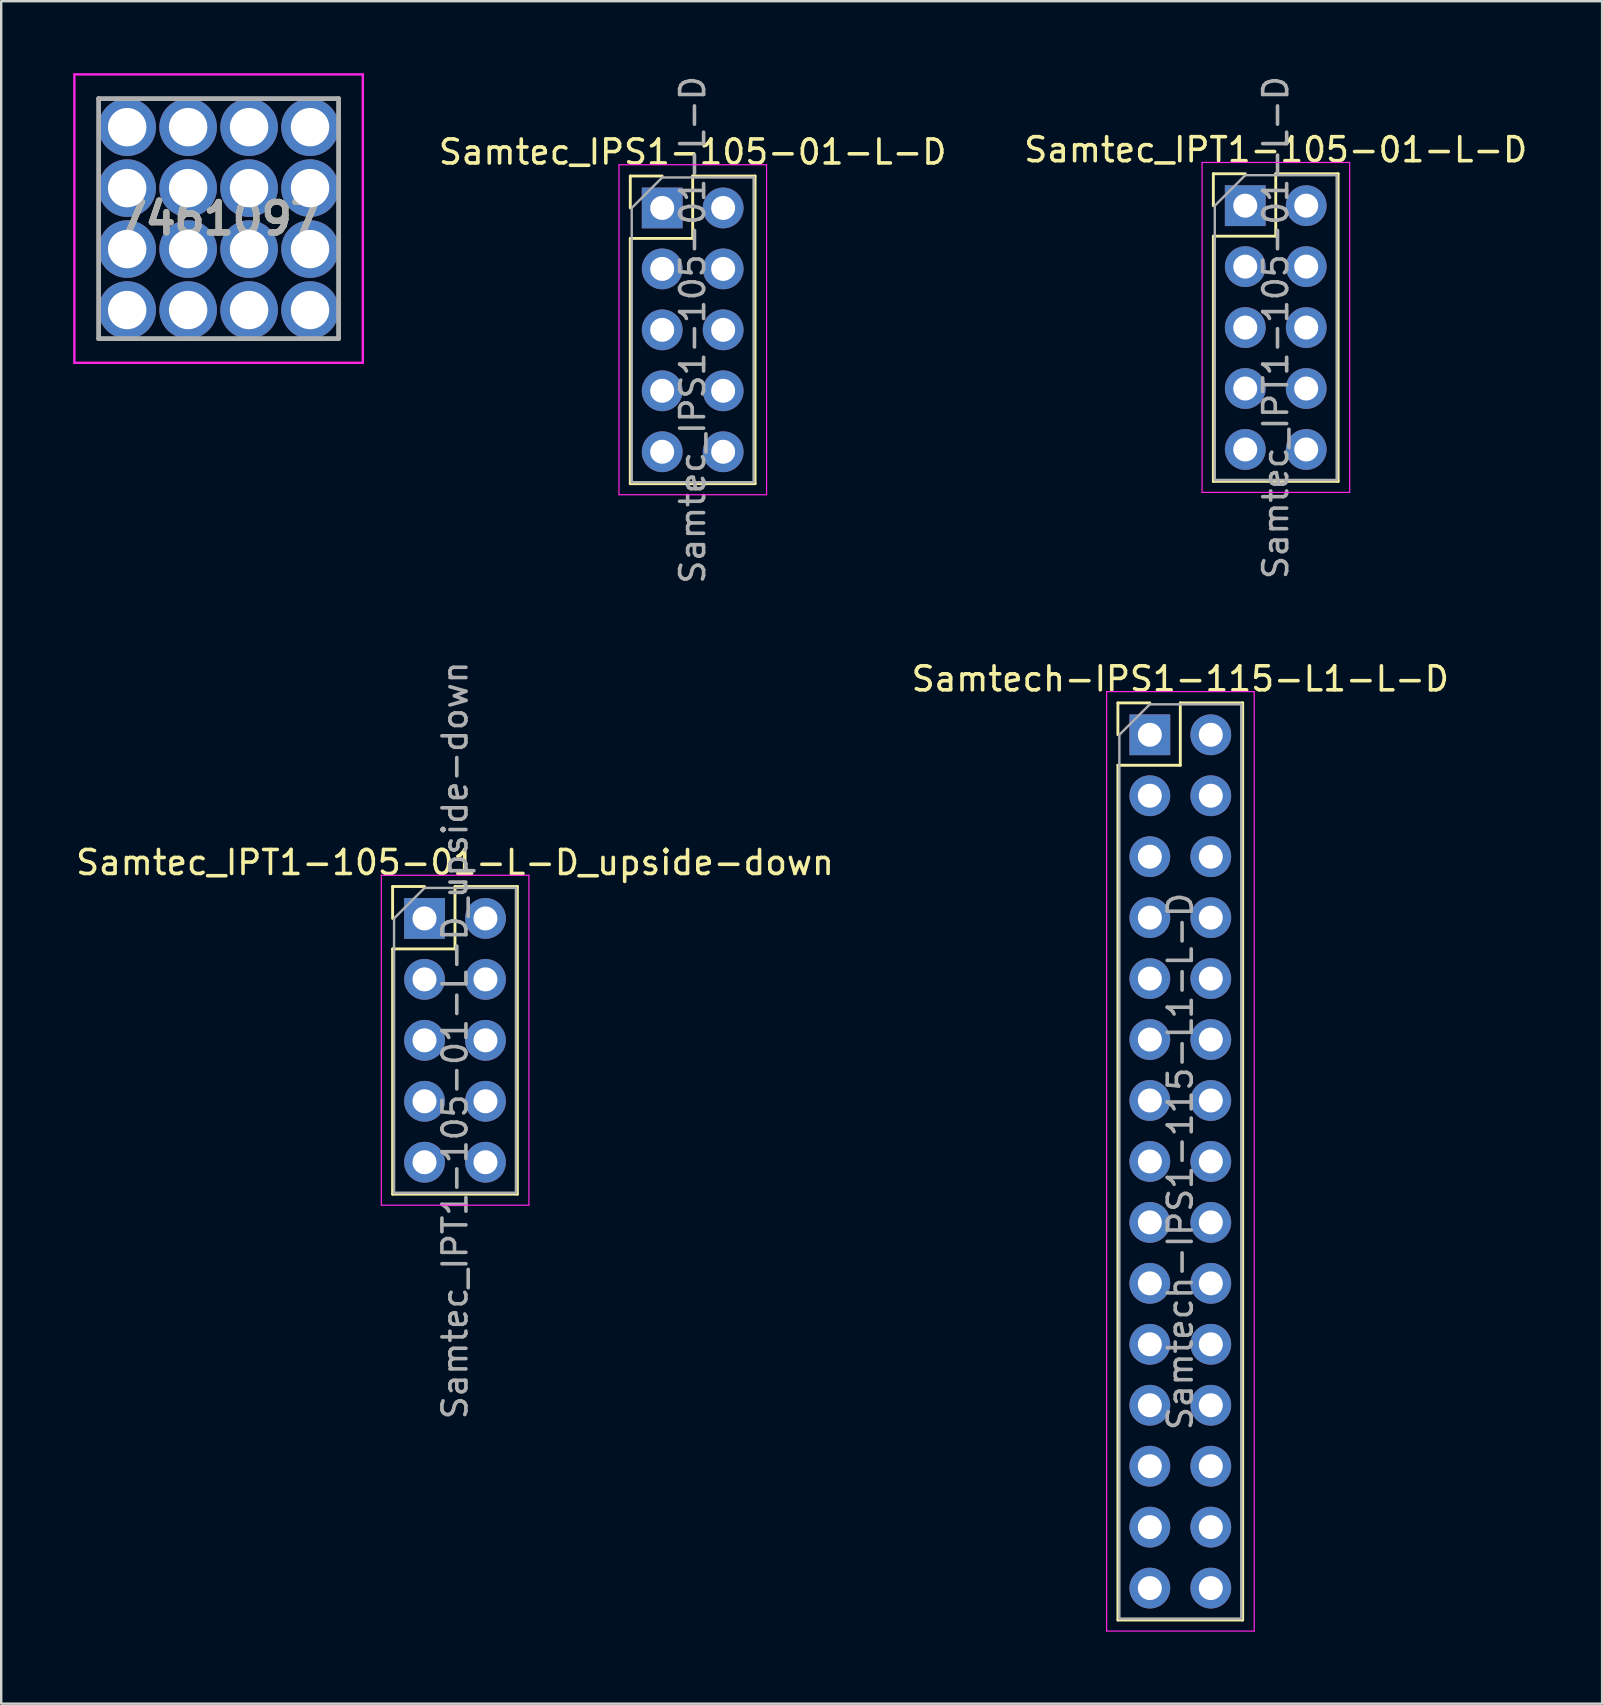
<source format=kicad_pcb>
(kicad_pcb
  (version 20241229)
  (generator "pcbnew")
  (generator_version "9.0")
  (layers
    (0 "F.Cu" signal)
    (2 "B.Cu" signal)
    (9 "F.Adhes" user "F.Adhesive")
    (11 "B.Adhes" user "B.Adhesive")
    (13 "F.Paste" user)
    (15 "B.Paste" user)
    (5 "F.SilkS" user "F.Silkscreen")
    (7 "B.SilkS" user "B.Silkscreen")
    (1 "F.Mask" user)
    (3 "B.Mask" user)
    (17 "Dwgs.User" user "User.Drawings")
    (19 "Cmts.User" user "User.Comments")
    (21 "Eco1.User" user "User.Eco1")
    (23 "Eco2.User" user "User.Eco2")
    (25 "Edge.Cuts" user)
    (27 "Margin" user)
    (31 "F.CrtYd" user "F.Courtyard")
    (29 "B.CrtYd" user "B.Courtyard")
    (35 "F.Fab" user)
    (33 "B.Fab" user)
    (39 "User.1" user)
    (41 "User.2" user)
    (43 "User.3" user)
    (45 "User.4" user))
  (footprint "Samtec_IPT1-105-01-L-D_upside-down"
    (layer "F.Cu")
    (at 14.641 35.224)
    (property "Reference" "Samtec_IPT1-105-01-L-D_upside-down" (at 1.27 -2.33 0) (layer "F.SilkS") (effects (font (size 1 1) (thickness 0.15))))
    (attr through_hole)
    (fp_line (start -1.33 -1.33) (end 0 -1.33) (stroke (width 0.12) (type solid)) (layer "F.SilkS"))
    (fp_line (start -1.33 0) (end -1.33 -1.33) (stroke (width 0.12) (type solid)) (layer "F.SilkS"))
    (fp_line (start -1.33 1.27) (end -1.33 11.49) (stroke (width 0.12) (type solid)) (layer "F.SilkS"))
    (fp_line (start -1.33 1.27) (end 1.27 1.27) (stroke (width 0.12) (type solid)) (layer "F.SilkS"))
    (fp_line (start -1.33 11.49) (end 3.87 11.49) (stroke (width 0.12) (type solid)) (layer "F.SilkS"))
    (fp_line (start 1.27 -1.33) (end 3.87 -1.33) (stroke (width 0.12) (type solid)) (layer "F.SilkS"))
    (fp_line (start 1.27 1.27) (end 1.27 -1.33) (stroke (width 0.12) (type solid)) (layer "F.SilkS"))
    (fp_line (start 3.87 -1.33) (end 3.87 11.49) (stroke (width 0.12) (type solid)) (layer "F.SilkS"))
    (fp_line (start -1.8 -1.8) (end -1.8 11.95) (stroke (width 0.05) (type solid)) (layer "F.CrtYd"))
    (fp_line (start -1.8 11.95) (end 4.35 11.95) (stroke (width 0.05) (type solid)) (layer "F.CrtYd"))
    (fp_line (start 4.35 -1.8) (end -1.8 -1.8) (stroke (width 0.05) (type solid)) (layer "F.CrtYd"))
    (fp_line (start 4.35 11.95) (end 4.35 -1.8) (stroke (width 0.05) (type solid)) (layer "F.CrtYd"))
    (fp_line (start -1.27 0) (end 0 -1.27) (stroke (width 0.1) (type solid)) (layer "F.Fab"))
    (fp_line (start -1.27 11.43) (end -1.27 0) (stroke (width 0.1) (type solid)) (layer "F.Fab"))
    (fp_line (start 0 -1.27) (end 3.81 -1.27) (stroke (width 0.1) (type solid)) (layer "F.Fab"))
    (fp_line (start 3.81 -1.27) (end 3.81 11.43) (stroke (width 0.1) (type solid)) (layer "F.Fab"))
    (fp_line (start 3.81 11.43) (end -1.27 11.43) (stroke (width 0.1) (type solid)) (layer "F.Fab"))
    (fp_text user "${REFERENCE}" (at 1.27 5.08 90) (layer "F.Fab") (effects (font (size 1 1) (thickness 0.15))))
    (pad "1" thru_hole rect (at 0 0) (size 1.7 1.7) (drill 1) (layers "*.Cu" "*.Mask"))
    (pad "2" thru_hole oval (at 2.54 0) (size 1.7 1.7) (drill 1) (layers "*.Cu" "*.Mask"))
    (pad "3" thru_hole oval (at 0 2.54) (size 1.7 1.7) (drill 1) (layers "*.Cu" "*.Mask"))
    (pad "4" thru_hole oval (at 2.54 2.54) (size 1.7 1.7) (drill 1) (layers "*.Cu" "*.Mask"))
    (pad "5" thru_hole oval (at 0 5.08) (size 1.7 1.7) (drill 1) (layers "*.Cu" "*.Mask"))
    (pad "6" thru_hole oval (at 2.54 5.08) (size 1.7 1.7) (drill 1) (layers "*.Cu" "*.Mask"))
    (pad "7" thru_hole oval (at 0 7.62) (size 1.7 1.7) (drill 1) (layers "*.Cu" "*.Mask"))
    (pad "8" thru_hole oval (at 2.54 7.62) (size 1.7 1.7) (drill 1) (layers "*.Cu" "*.Mask"))
    (pad "9" thru_hole oval (at 0 10.16) (size 1.7 1.7) (drill 1) (layers "*.Cu" "*.Mask"))
    (pad "10" thru_hole oval (at 2.54 10.16) (size 1.7 1.7) (drill 1) (layers "*.Cu" "*.Mask")))
  (footprint "Samtec_IPS1-105-01-L-D"
    (layer "F.Cu")
    (at 24.546 5.616)
    (property "Reference" "Samtec_IPS1-105-01-L-D" (at 1.27 -2.33 0) (layer "F.SilkS") (effects (font (size 1 1) (thickness 0.15))))
    (attr through_hole)
    (fp_line (start -1.33 -1.33) (end 0 -1.33) (stroke (width 0.12) (type solid)) (layer "F.SilkS"))
    (fp_line (start -1.33 0) (end -1.33 -1.33) (stroke (width 0.12) (type solid)) (layer "F.SilkS"))
    (fp_line (start -1.33 1.27) (end -1.33 11.49) (stroke (width 0.12) (type solid)) (layer "F.SilkS"))
    (fp_line (start -1.33 1.27) (end 1.27 1.27) (stroke (width 0.12) (type solid)) (layer "F.SilkS"))
    (fp_line (start -1.33 11.49) (end 3.87 11.49) (stroke (width 0.12) (type solid)) (layer "F.SilkS"))
    (fp_line (start 1.27 -1.33) (end 3.87 -1.33) (stroke (width 0.12) (type solid)) (layer "F.SilkS"))
    (fp_line (start 1.27 1.27) (end 1.27 -1.33) (stroke (width 0.12) (type solid)) (layer "F.SilkS"))
    (fp_line (start 3.87 -1.33) (end 3.87 11.49) (stroke (width 0.12) (type solid)) (layer "F.SilkS"))
    (fp_line (start -1.8 -1.8) (end -1.8 11.95) (stroke (width 0.05) (type solid)) (layer "F.CrtYd"))
    (fp_line (start -1.8 11.95) (end 4.35 11.95) (stroke (width 0.05) (type solid)) (layer "F.CrtYd"))
    (fp_line (start 4.35 -1.8) (end -1.8 -1.8) (stroke (width 0.05) (type solid)) (layer "F.CrtYd"))
    (fp_line (start 4.35 11.95) (end 4.35 -1.8) (stroke (width 0.05) (type solid)) (layer "F.CrtYd"))
    (fp_line (start -1.27 0) (end 0 -1.27) (stroke (width 0.1) (type solid)) (layer "F.Fab"))
    (fp_line (start -1.27 11.43) (end -1.27 0) (stroke (width 0.1) (type solid)) (layer "F.Fab"))
    (fp_line (start 0 -1.27) (end 3.81 -1.27) (stroke (width 0.1) (type solid)) (layer "F.Fab"))
    (fp_line (start 3.81 -1.27) (end 3.81 11.43) (stroke (width 0.1) (type solid)) (layer "F.Fab"))
    (fp_line (start 3.81 11.43) (end -1.27 11.43) (stroke (width 0.1) (type solid)) (layer "F.Fab"))
    (fp_text user "${REFERENCE}" (at 1.27 5.08 90) (layer "F.Fab") (effects (font (size 1 1) (thickness 0.15))))
    (pad "1" thru_hole rect (at 0 0) (size 1.7 1.7) (drill 1) (layers "*.Cu" "*.Mask"))
    (pad "2" thru_hole oval (at 2.54 0) (size 1.7 1.7) (drill 1) (layers "*.Cu" "*.Mask"))
    (pad "3" thru_hole oval (at 0 2.54) (size 1.7 1.7) (drill 1) (layers "*.Cu" "*.Mask"))
    (pad "4" thru_hole oval (at 2.54 2.54) (size 1.7 1.7) (drill 1) (layers "*.Cu" "*.Mask"))
    (pad "5" thru_hole oval (at 0 5.08) (size 1.7 1.7) (drill 1) (layers "*.Cu" "*.Mask"))
    (pad "6" thru_hole oval (at 2.54 5.08) (size 1.7 1.7) (drill 1) (layers "*.Cu" "*.Mask"))
    (pad "7" thru_hole oval (at 0 7.62) (size 1.7 1.7) (drill 1) (layers "*.Cu" "*.Mask"))
    (pad "8" thru_hole oval (at 2.54 7.62) (size 1.7 1.7) (drill 1) (layers "*.Cu" "*.Mask"))
    (pad "9" thru_hole oval (at 0 10.16) (size 1.7 1.7) (drill 1) (layers "*.Cu" "*.Mask"))
    (pad "10" thru_hole oval (at 2.54 10.16) (size 1.7 1.7) (drill 1) (layers "*.Cu" "*.Mask")))
  (footprint "Samtec_IPT1-105-01-L-D"
    (layer "F.Cu")
    (at 48.844 5.521)
    (property "Reference" "Samtec_IPT1-105-01-L-D" (at 1.27 -2.33 0) (layer "F.SilkS") (effects (font (size 1 1) (thickness 0.15))))
    (attr through_hole)
    (fp_line (start -1.33 -1.33) (end 0 -1.33) (stroke (width 0.12) (type solid)) (layer "F.SilkS"))
    (fp_line (start -1.33 0) (end -1.33 -1.33) (stroke (width 0.12) (type solid)) (layer "F.SilkS"))
    (fp_line (start -1.33 1.27) (end -1.33 11.49) (stroke (width 0.12) (type solid)) (layer "F.SilkS"))
    (fp_line (start -1.33 1.27) (end 1.27 1.27) (stroke (width 0.12) (type solid)) (layer "F.SilkS"))
    (fp_line (start -1.33 11.49) (end 3.87 11.49) (stroke (width 0.12) (type solid)) (layer "F.SilkS"))
    (fp_line (start 1.27 -1.33) (end 3.87 -1.33) (stroke (width 0.12) (type solid)) (layer "F.SilkS"))
    (fp_line (start 1.27 1.27) (end 1.27 -1.33) (stroke (width 0.12) (type solid)) (layer "F.SilkS"))
    (fp_line (start 3.87 -1.33) (end 3.87 11.49) (stroke (width 0.12) (type solid)) (layer "F.SilkS"))
    (fp_line (start -1.8 -1.8) (end -1.8 11.95) (stroke (width 0.05) (type solid)) (layer "F.CrtYd"))
    (fp_line (start -1.8 11.95) (end 4.35 11.95) (stroke (width 0.05) (type solid)) (layer "F.CrtYd"))
    (fp_line (start 4.35 -1.8) (end -1.8 -1.8) (stroke (width 0.05) (type solid)) (layer "F.CrtYd"))
    (fp_line (start 4.35 11.95) (end 4.35 -1.8) (stroke (width 0.05) (type solid)) (layer "F.CrtYd"))
    (fp_line (start -1.27 0) (end 0 -1.27) (stroke (width 0.1) (type solid)) (layer "F.Fab"))
    (fp_line (start -1.27 11.43) (end -1.27 0) (stroke (width 0.1) (type solid)) (layer "F.Fab"))
    (fp_line (start 0 -1.27) (end 3.81 -1.27) (stroke (width 0.1) (type solid)) (layer "F.Fab"))
    (fp_line (start 3.81 -1.27) (end 3.81 11.43) (stroke (width 0.1) (type solid)) (layer "F.Fab"))
    (fp_line (start 3.81 11.43) (end -1.27 11.43) (stroke (width 0.1) (type solid)) (layer "F.Fab"))
    (fp_text user "${REFERENCE}" (at 1.27 5.08 90) (layer "F.Fab") (effects (font (size 1 1) (thickness 0.15))))
    (pad "1" thru_hole rect (at 0 0) (size 1.7 1.7) (drill 1) (layers "*.Cu" "*.Mask"))
    (pad "2" thru_hole oval (at 2.54 0) (size 1.7 1.7) (drill 1) (layers "*.Cu" "*.Mask"))
    (pad "3" thru_hole oval (at 0 2.54) (size 1.7 1.7) (drill 1) (layers "*.Cu" "*.Mask"))
    (pad "4" thru_hole oval (at 2.54 2.54) (size 1.7 1.7) (drill 1) (layers "*.Cu" "*.Mask"))
    (pad "5" thru_hole oval (at 0 5.08) (size 1.7 1.7) (drill 1) (layers "*.Cu" "*.Mask"))
    (pad "6" thru_hole oval (at 2.54 5.08) (size 1.7 1.7) (drill 1) (layers "*.Cu" "*.Mask"))
    (pad "7" thru_hole oval (at 0 7.62) (size 1.7 1.7) (drill 1) (layers "*.Cu" "*.Mask"))
    (pad "8" thru_hole oval (at 2.54 7.62) (size 1.7 1.7) (drill 1) (layers "*.Cu" "*.Mask"))
    (pad "9" thru_hole oval (at 0 10.16) (size 1.7 1.7) (drill 1) (layers "*.Cu" "*.Mask"))
    (pad "10" thru_hole oval (at 2.54 10.16) (size 1.7 1.7) (drill 1) (layers "*.Cu" "*.Mask")))
  (footprint "Samtech-IPS1-115-L1-L-D"
    (layer "F.Cu")
    (at 44.867 27.571)
    (property "Reference" "Samtech-IPS1-115-L1-L-D" (at 1.27 -2.33 0) (layer "F.SilkS") (effects (font (size 1 1) (thickness 0.15))))
    (attr through_hole)
    (fp_line (start -1.33 -1.33) (end 0 -1.33) (stroke (width 0.12) (type solid)) (layer "F.SilkS"))
    (fp_line (start -1.33 0) (end -1.33 -1.33) (stroke (width 0.12) (type solid)) (layer "F.SilkS"))
    (fp_line (start -1.33 1.27) (end -1.33 36.89) (stroke (width 0.12) (type solid)) (layer "F.SilkS"))
    (fp_line (start -1.33 1.27) (end 1.27 1.27) (stroke (width 0.12) (type solid)) (layer "F.SilkS"))
    (fp_line (start -1.33 36.89) (end 3.87 36.89) (stroke (width 0.12) (type solid)) (layer "F.SilkS"))
    (fp_line (start 1.27 -1.33) (end 3.87 -1.33) (stroke (width 0.12) (type solid)) (layer "F.SilkS"))
    (fp_line (start 1.27 1.27) (end 1.27 -1.33) (stroke (width 0.12) (type solid)) (layer "F.SilkS"))
    (fp_line (start 3.87 -1.33) (end 3.87 36.89) (stroke (width 0.12) (type solid)) (layer "F.SilkS"))
    (fp_line (start -1.8 -1.8) (end -1.8 37.35) (stroke (width 0.05) (type solid)) (layer "F.CrtYd"))
    (fp_line (start -1.8 37.35) (end 4.35 37.35) (stroke (width 0.05) (type solid)) (layer "F.CrtYd"))
    (fp_line (start 4.35 -1.8) (end -1.8 -1.8) (stroke (width 0.05) (type solid)) (layer "F.CrtYd"))
    (fp_line (start 4.35 37.35) (end 4.35 -1.8) (stroke (width 0.05) (type solid)) (layer "F.CrtYd"))
    (fp_line (start -1.27 0) (end 0 -1.27) (stroke (width 0.1) (type solid)) (layer "F.Fab"))
    (fp_line (start -1.27 36.83) (end -1.27 0) (stroke (width 0.1) (type solid)) (layer "F.Fab"))
    (fp_line (start 0 -1.27) (end 3.81 -1.27) (stroke (width 0.1) (type solid)) (layer "F.Fab"))
    (fp_line (start 3.81 -1.27) (end 3.81 36.83) (stroke (width 0.1) (type solid)) (layer "F.Fab"))
    (fp_line (start 3.81 36.83) (end -1.27 36.83) (stroke (width 0.1) (type solid)) (layer "F.Fab"))
    (fp_text user "${REFERENCE}" (at 1.27 17.78 90) (layer "F.Fab") (effects (font (size 1 1) (thickness 0.15))))
    (pad "1" thru_hole rect (at 0 0) (size 1.7 1.7) (drill 1) (layers "*.Cu" "*.Mask"))
    (pad "2" thru_hole oval (at 2.54 0) (size 1.7 1.7) (drill 1) (layers "*.Cu" "*.Mask"))
    (pad "3" thru_hole oval (at 0 2.54) (size 1.7 1.7) (drill 1) (layers "*.Cu" "*.Mask"))
    (pad "4" thru_hole oval (at 2.54 2.54) (size 1.7 1.7) (drill 1) (layers "*.Cu" "*.Mask"))
    (pad "5" thru_hole oval (at 0 5.08) (size 1.7 1.7) (drill 1) (layers "*.Cu" "*.Mask"))
    (pad "6" thru_hole oval (at 2.54 5.08) (size 1.7 1.7) (drill 1) (layers "*.Cu" "*.Mask"))
    (pad "7" thru_hole oval (at 0 7.62) (size 1.7 1.7) (drill 1) (layers "*.Cu" "*.Mask"))
    (pad "8" thru_hole oval (at 2.54 7.62) (size 1.7 1.7) (drill 1) (layers "*.Cu" "*.Mask"))
    (pad "9" thru_hole oval (at 0 10.16) (size 1.7 1.7) (drill 1) (layers "*.Cu" "*.Mask"))
    (pad "10" thru_hole oval (at 2.54 10.16) (size 1.7 1.7) (drill 1) (layers "*.Cu" "*.Mask"))
    (pad "11" thru_hole oval (at 0 12.7) (size 1.7 1.7) (drill 1) (layers "*.Cu" "*.Mask"))
    (pad "12" thru_hole oval (at 2.54 12.7) (size 1.7 1.7) (drill 1) (layers "*.Cu" "*.Mask"))
    (pad "13" thru_hole oval (at 0 15.24) (size 1.7 1.7) (drill 1) (layers "*.Cu" "*.Mask"))
    (pad "14" thru_hole oval (at 2.54 15.24) (size 1.7 1.7) (drill 1) (layers "*.Cu" "*.Mask"))
    (pad "15" thru_hole oval (at 0 17.78) (size 1.7 1.7) (drill 1) (layers "*.Cu" "*.Mask"))
    (pad "16" thru_hole oval (at 2.54 17.78) (size 1.7 1.7) (drill 1) (layers "*.Cu" "*.Mask"))
    (pad "17" thru_hole oval (at 0 20.32) (size 1.7 1.7) (drill 1) (layers "*.Cu" "*.Mask"))
    (pad "18" thru_hole oval (at 2.54 20.32) (size 1.7 1.7) (drill 1) (layers "*.Cu" "*.Mask"))
    (pad "19" thru_hole oval (at 0 22.86) (size 1.7 1.7) (drill 1) (layers "*.Cu" "*.Mask"))
    (pad "20" thru_hole oval (at 2.54 22.86) (size 1.7 1.7) (drill 1) (layers "*.Cu" "*.Mask"))
    (pad "21" thru_hole oval (at 0 25.4) (size 1.7 1.7) (drill 1) (layers "*.Cu" "*.Mask"))
    (pad "22" thru_hole oval (at 2.54 25.4) (size 1.7 1.7) (drill 1) (layers "*.Cu" "*.Mask"))
    (pad "23" thru_hole oval (at 0 27.94) (size 1.7 1.7) (drill 1) (layers "*.Cu" "*.Mask"))
    (pad "24" thru_hole oval (at 2.54 27.94) (size 1.7 1.7) (drill 1) (layers "*.Cu" "*.Mask"))
    (pad "25" thru_hole oval (at 0 30.48) (size 1.7 1.7) (drill 1) (layers "*.Cu" "*.Mask"))
    (pad "26" thru_hole oval (at 2.54 30.48) (size 1.7 1.7) (drill 1) (layers "*.Cu" "*.Mask"))
    (pad "27" thru_hole oval (at 0 33.02) (size 1.7 1.7) (drill 1) (layers "*.Cu" "*.Mask"))
    (pad "28" thru_hole oval (at 2.54 33.02) (size 1.7 1.7) (drill 1) (layers "*.Cu" "*.Mask"))
    (pad "29" thru_hole oval (at 0 35.56) (size 1.7 1.7) (drill 1) (layers "*.Cu" "*.Mask"))
    (pad "30" thru_hole oval (at 2.54 35.56) (size 1.7 1.7) (drill 1) (layers "*.Cu" "*.Mask")))
  (footprint "7461097"
    (layer "F.Cu")
    (at 6.06 6.06)
    (property "Reference" "7461097" (at 0 0 0) (layer "F.SilkS") (effects (font (size 1.27 1.27) (thickness 0.254))))
    (attr through_hole)
    (fp_line (start -5 -3) (end -5 -2) (stroke (width 0.1) (type solid)) (layer "F.SilkS"))
    (fp_line (start -5 2) (end -5 3) (stroke (width 0.1) (type solid)) (layer "F.SilkS"))
    (fp_line (start -3 -5) (end -2 -5) (stroke (width 0.1) (type solid)) (layer "F.SilkS"))
    (fp_line (start -3 5) (end -2 5) (stroke (width 0.1) (type solid)) (layer "F.SilkS"))
    (fp_line (start 2 -5) (end 3 -5) (stroke (width 0.1) (type solid)) (layer "F.SilkS"))
    (fp_line (start 2 5) (end 3 5) (stroke (width 0.1) (type solid)) (layer "F.SilkS"))
    (fp_line (start 5 -3) (end 5 -2) (stroke (width 0.1) (type solid)) (layer "F.SilkS"))
    (fp_line (start 5 2) (end 5 3) (stroke (width 0.1) (type solid)) (layer "F.SilkS"))
    (fp_line (start -6.01 -6.01) (end 6.01 -6.01) (stroke (width 0.1) (type solid)) (layer "F.CrtYd"))
    (fp_line (start -6.01 6.01) (end -6.01 -6.01) (stroke (width 0.1) (type solid)) (layer "F.CrtYd"))
    (fp_line (start 6.01 -6.01) (end 6.01 6.01) (stroke (width 0.1) (type solid)) (layer "F.CrtYd"))
    (fp_line (start 6.01 6.01) (end -6.01 6.01) (stroke (width 0.1) (type solid)) (layer "F.CrtYd"))
    (fp_line (start -5 -5) (end 5 -5) (stroke (width 0.2) (type solid)) (layer "F.Fab"))
    (fp_line (start -5 5) (end -5 -5) (stroke (width 0.2) (type solid)) (layer "F.Fab"))
    (fp_line (start 5 -5) (end 5 5) (stroke (width 0.2) (type solid)) (layer "F.Fab"))
    (fp_line (start 5 5) (end -5 5) (stroke (width 0.2) (type solid)) (layer "F.Fab"))
    (fp_text user "${REFERENCE}" (at 0 0 0) (layer "F.Fab") (effects (font (size 1.27 1.27) (thickness 0.254))))
    (pad "1" thru_hole circle (at -3.81 3.81) (size 2.4 2.4) (drill 1.6) (layers "*.Cu" "*.Mask"))
    (pad "2" thru_hole circle (at -1.27 3.81) (size 2.4 2.4) (drill 1.6) (layers "*.Cu" "*.Mask"))
    (pad "3" thru_hole circle (at 1.27 3.81) (size 2.4 2.4) (drill 1.6) (layers "*.Cu" "*.Mask"))
    (pad "4" thru_hole circle (at 3.81 3.81) (size 2.4 2.4) (drill 1.6) (layers "*.Cu" "*.Mask"))
    (pad "5" thru_hole circle (at -3.81 1.27) (size 2.4 2.4) (drill 1.6) (layers "*.Cu" "*.Mask"))
    (pad "6" thru_hole circle (at -1.27 1.27) (size 2.4 2.4) (drill 1.6) (layers "*.Cu" "*.Mask"))
    (pad "7" thru_hole circle (at 1.27 1.27) (size 2.4 2.4) (drill 1.6) (layers "*.Cu" "*.Mask"))
    (pad "8" thru_hole circle (at 3.81 1.27) (size 2.4 2.4) (drill 1.6) (layers "*.Cu" "*.Mask"))
    (pad "9" thru_hole circle (at -3.81 -1.27) (size 2.4 2.4) (drill 1.6) (layers "*.Cu" "*.Mask"))
    (pad "10" thru_hole circle (at -1.27 -1.27) (size 2.4 2.4) (drill 1.6) (layers "*.Cu" "*.Mask"))
    (pad "11" thru_hole circle (at 1.27 -1.27) (size 2.4 2.4) (drill 1.6) (layers "*.Cu" "*.Mask"))
    (pad "12" thru_hole circle (at 3.81 -1.27) (size 2.4 2.4) (drill 1.6) (layers "*.Cu" "*.Mask"))
    (pad "13" thru_hole circle (at -3.81 -3.81) (size 2.4 2.4) (drill 1.6) (layers "*.Cu" "*.Mask"))
    (pad "14" thru_hole circle (at -1.27 -3.81) (size 2.4 2.4) (drill 1.6) (layers "*.Cu" "*.Mask"))
    (pad "15" thru_hole circle (at 1.27 -3.81) (size 2.4 2.4) (drill 1.6) (layers "*.Cu" "*.Mask"))
    (pad "16" thru_hole circle (at 3.81 -3.81) (size 2.4 2.4) (drill 1.6) (layers "*.Cu" "*.Mask")))
  (gr_rect
    (start -3 -3)
    (end 63.715 67.946)
    (stroke (width 0.1) (type default))
    (fill no)
    (layer "Edge.Cuts")))
</source>
